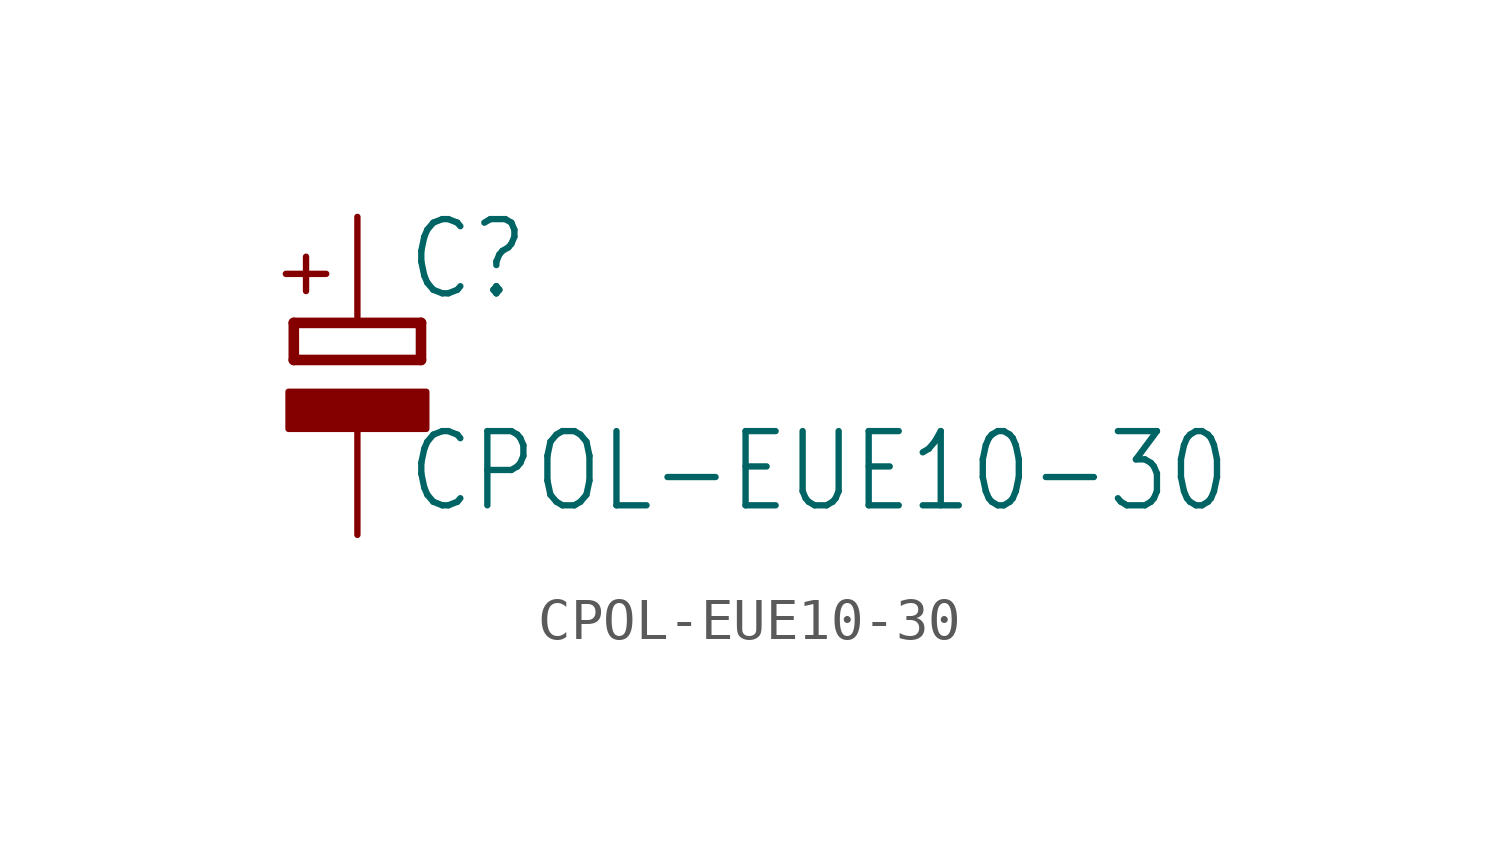
<source format=kicad_sym>
(kicad_symbol_lib
  (version 20220914)
  (generator kicad_symbol_editor)
  (symbol "CPOL-EUE10-30"
    (property "Reference" "C"
      (at 1.143 0.483 0)
      (effects (font (size 1.778 1.511)) (justify left bottom)))
    (property "Value" "CPOL-EUE10-30"
      (at 1.143 -4.597 0)
      (effects (font (size 1.778 1.511)) (justify left bottom)))
    (property "ki_locked" ""
      (at 0 0 0)
      (effects (font (size 1.27 1.27))))
    (symbol "CPOL-EUE10-30_1_0"
      (rectangle (start -1.651 -2.54) (end 1.651 -1.651) (stroke (width 0) (type default)) (fill (type outline)))
      (polyline (pts (xy -1.524 -0.889) (xy 1.524 -0.889)) (stroke (width 0.254) (type default)) (fill (type none)))
      (polyline (pts (xy -1.524 0) (xy -1.524 -0.889)) (stroke (width 0.254) (type default)) (fill (type none)))
      (polyline (pts (xy -1.524 0) (xy 1.524 0)) (stroke (width 0.254) (type default)) (fill (type none)))
      (polyline (pts (xy 1.524 -0.889) (xy 1.524 0)) (stroke (width 0.254) (type default)) (fill (type none)))
      (text "+" (at -0.584 0.406 900) (effects (font (size 1.27 1.079)) (justify left bottom)))
      (pin passive line (at 0 2.54 270) (length 2.54) (name "+" (effects (font (size 0 0)))) (number "+" (effects (font (size 0 0)))))
      (pin passive line (at 0 -5.08 90) (length 2.54) (name "-" (effects (font (size 0 0)))) (number "-" (effects (font (size 0 0))))))))
</source>
